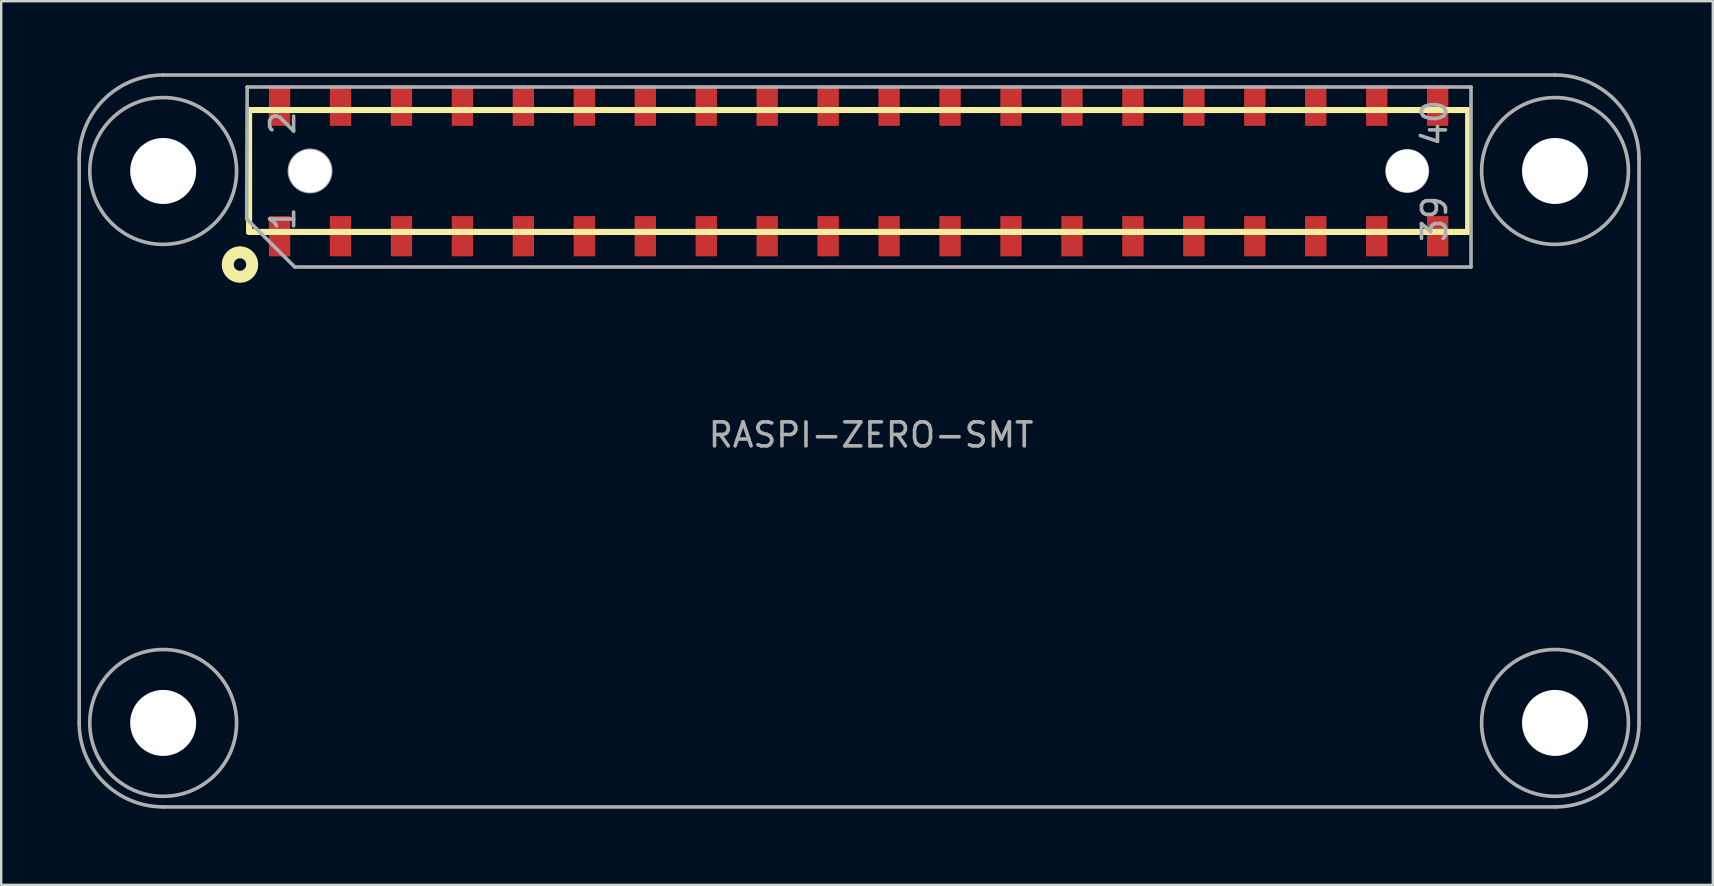
<source format=kicad_pcb>
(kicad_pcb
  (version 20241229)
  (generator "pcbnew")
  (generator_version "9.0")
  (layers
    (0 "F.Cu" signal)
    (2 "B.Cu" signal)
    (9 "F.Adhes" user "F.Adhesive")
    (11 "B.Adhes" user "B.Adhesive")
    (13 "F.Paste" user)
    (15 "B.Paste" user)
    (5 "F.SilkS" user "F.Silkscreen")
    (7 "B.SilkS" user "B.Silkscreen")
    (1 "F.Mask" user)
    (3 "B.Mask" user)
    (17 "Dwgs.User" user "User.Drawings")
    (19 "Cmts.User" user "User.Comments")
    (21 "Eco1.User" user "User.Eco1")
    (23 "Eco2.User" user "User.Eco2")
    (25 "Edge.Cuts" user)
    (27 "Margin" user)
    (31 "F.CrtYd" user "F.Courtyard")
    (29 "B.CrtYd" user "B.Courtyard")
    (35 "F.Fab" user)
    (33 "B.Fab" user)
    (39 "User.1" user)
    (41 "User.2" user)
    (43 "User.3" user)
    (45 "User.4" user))
  (footprint "RASPI-ZERO-SMT"
    (layer "F.Cu")
    (at 0.25 30.575)
    (property "Reference" "RASPI-ZERO-SMT" (at 33 -15.5 0) (layer "F.Fab") (effects (font (size 1 1) (thickness 0.15))))
    (attr smd)
    (fp_line (start 7.08 -29.04) (end 57.88 -29.04) (stroke (width 0.254) (type solid)) (layer "F.SilkS"))
    (fp_line (start 7.08 -23.96) (end 7.08 -29.04) (stroke (width 0.254) (type solid)) (layer "F.SilkS"))
    (fp_line (start 57.88 -29.04) (end 57.88 -23.96) (stroke (width 0.254) (type solid)) (layer "F.SilkS"))
    (fp_line (start 57.88 -23.96) (end 7.08 -23.96) (stroke (width 0.254) (type solid)) (layer "F.SilkS"))
    (fp_circle (center 6.7 -22.6) (end 6.8 -22.1) (stroke (width 0.5) (type solid)) (fill no) (layer "F.SilkS"))
    (fp_line (start 0 -27) (end 0 -3.5) (stroke (width 0.15) (type solid)) (layer "F.Fab"))
    (fp_line (start 3.5 0) (end 61.5 0) (stroke (width 0.15) (type solid)) (layer "F.Fab"))
    (fp_line (start 7 -30) (end 6.98 -24.5) (stroke (width 0.15) (type solid)) (layer "F.Fab"))
    (fp_line (start 8.98 -22.5) (end 6.98 -24.5) (stroke (width 0.15) (type solid)) (layer "F.Fab"))
    (fp_line (start 9 -22.5) (end 58 -22.5) (stroke (width 0.15) (type solid)) (layer "F.Fab"))
    (fp_line (start 58 -30) (end 7 -30) (stroke (width 0.15) (type solid)) (layer "F.Fab"))
    (fp_line (start 58 -22.5) (end 58 -30) (stroke (width 0.15) (type solid)) (layer "F.Fab"))
    (fp_line (start 61.5 -30.5) (end 3.5 -30.5) (stroke (width 0.15) (type solid)) (layer "F.Fab"))
    (fp_line (start 65 -3.5) (end 65 -27) (stroke (width 0.15) (type solid)) (layer "F.Fab"))
    (fp_arc (start 0 -27) (mid 1.025126 -29.474874) (end 3.5 -30.5) (stroke (width 0.15) (type solid)) (layer "F.Fab"))
    (fp_arc (start 3.5 0) (mid 1.025126 -1.025126) (end 0 -3.5) (stroke (width 0.15) (type solid)) (layer "F.Fab"))
    (fp_arc (start 61.5 -30.5) (mid 63.974874 -29.474874) (end 65 -27) (stroke (width 0.15) (type solid)) (layer "F.Fab"))
    (fp_arc (start 65 -3.5) (mid 63.974874 -1.025126) (end 61.5 0) (stroke (width 0.15) (type solid)) (layer "F.Fab"))
    (fp_circle (center 3.5 -26.5) (end 1.994 -23.838) (stroke (width 0.15) (type solid)) (fill no) (layer "F.Fab"))
    (fp_circle (center 3.5 -3.5) (end 1.994 -0.838) (stroke (width 0.15) (type solid)) (fill no) (layer "F.Fab"))
    (fp_circle (center 9.62 -26.5) (end 10.48 -26.5) (stroke (width 0.15) (type solid)) (fill no) (layer "F.Fab"))
    (fp_circle (center 55.34 -26.5) (end 56.18 -26.5) (stroke (width 0.15) (type solid)) (fill no) (layer "F.Fab"))
    (fp_circle (center 61.5 -26.5) (end 63.006 -29.162) (stroke (width 0.15) (type solid)) (fill no) (layer "F.Fab"))
    (fp_circle (center 61.5 -3.5) (end 59.994 -0.838) (stroke (width 0.15) (type solid)) (fill no) (layer "F.Fab"))
    (fp_text user "1" (at 8.48 -24.5 90) (layer "F.Fab") (effects (font (size 1 1) (thickness 0.15))))
    (fp_text user "2" (at 8.48 -28.5 90) (layer "F.Fab") (effects (font (size 1 1) (thickness 0.15))))
    (fp_text user "40" (at 56.48 -28.5 90) (layer "F.Fab") (effects (font (size 1 1) (thickness 0.15))))
    (fp_text user "39" (at 56.48 -24.5 90) (layer "F.Fab") (effects (font (size 1 1) (thickness 0.15))))
    (pad "" np_thru_hole circle (at 3.5 -26.5) (size 2.75 2.75) (drill 2.75) (layers "*.Cu" "*.Mask"))
    (pad "" np_thru_hole circle (at 3.5 -3.5) (size 2.75 2.75) (drill 2.75) (layers "*.Cu" "*.Mask"))
    (pad "" np_thru_hole circle (at 9.62 -26.5) (size 1.778 1.778) (drill 1.778) (layers "*.Cu" "*.Mask" "F.SilkS"))
    (pad "" np_thru_hole circle (at 55.34 -26.5) (size 1.778 1.778) (drill 1.778) (layers "*.Cu" "*.Mask" "F.SilkS"))
    (pad "" np_thru_hole circle (at 61.5 -26.5 180) (size 2.75 2.75) (drill 2.75) (layers "*.Cu" "*.Mask"))
    (pad "" np_thru_hole circle (at 61.5 -3.5 180) (size 2.75 2.75) (drill 2.75) (layers "*.Cu" "*.Mask"))
    (pad "1" smd rect (at 8.35 -23.782 180) (size 0.889 1.676) (layers "F.Cu" "F.Mask" "F.Paste"))
    (pad "2" smd rect (at 8.35 -29.218 180) (size 0.889 1.676) (layers "F.Cu" "F.Mask" "F.Paste"))
    (pad "3" smd rect (at 10.89 -23.782 180) (size 0.889 1.676) (layers "F.Cu" "F.Mask" "F.Paste"))
    (pad "4" smd rect (at 10.89 -29.218 180) (size 0.889 1.676) (layers "F.Cu" "F.Mask" "F.Paste"))
    (pad "5" smd rect (at 13.43 -23.782 180) (size 0.889 1.676) (layers "F.Cu" "F.Mask" "F.Paste"))
    (pad "6" smd rect (at 13.43 -29.218 180) (size 0.889 1.676) (layers "F.Cu" "F.Mask" "F.Paste"))
    (pad "7" smd rect (at 15.97 -23.782 180) (size 0.889 1.676) (layers "F.Cu" "F.Mask" "F.Paste"))
    (pad "8" smd rect (at 15.97 -29.218 180) (size 0.889 1.676) (layers "F.Cu" "F.Mask" "F.Paste"))
    (pad "9" smd rect (at 18.51 -23.782 180) (size 0.889 1.676) (layers "F.Cu" "F.Mask" "F.Paste"))
    (pad "10" smd rect (at 18.51 -29.218 180) (size 0.889 1.676) (layers "F.Cu" "F.Mask" "F.Paste"))
    (pad "11" smd rect (at 21.05 -23.782 180) (size 0.889 1.676) (layers "F.Cu" "F.Mask" "F.Paste"))
    (pad "12" smd rect (at 21.05 -29.218 180) (size 0.889 1.676) (layers "F.Cu" "F.Mask" "F.Paste"))
    (pad "13" smd rect (at 23.59 -23.782 180) (size 0.889 1.676) (layers "F.Cu" "F.Mask" "F.Paste"))
    (pad "14" smd rect (at 23.59 -29.218 180) (size 0.889 1.676) (layers "F.Cu" "F.Mask" "F.Paste"))
    (pad "15" smd rect (at 26.13 -23.782 180) (size 0.889 1.676) (layers "F.Cu" "F.Mask" "F.Paste"))
    (pad "16" smd rect (at 26.13 -29.218 180) (size 0.889 1.676) (layers "F.Cu" "F.Mask" "F.Paste"))
    (pad "17" smd rect (at 28.67 -23.782 180) (size 0.889 1.676) (layers "F.Cu" "F.Mask" "F.Paste"))
    (pad "18" smd rect (at 28.67 -29.218 180) (size 0.889 1.676) (layers "F.Cu" "F.Mask" "F.Paste"))
    (pad "19" smd rect (at 31.21 -23.782 180) (size 0.889 1.676) (layers "F.Cu" "F.Mask" "F.Paste"))
    (pad "20" smd rect (at 31.21 -29.218 180) (size 0.889 1.676) (layers "F.Cu" "F.Mask" "F.Paste"))
    (pad "21" smd rect (at 33.75 -23.782 180) (size 0.889 1.676) (layers "F.Cu" "F.Mask" "F.Paste"))
    (pad "22" smd rect (at 33.75 -29.218 180) (size 0.889 1.676) (layers "F.Cu" "F.Mask" "F.Paste"))
    (pad "23" smd rect (at 36.29 -23.782 180) (size 0.889 1.676) (layers "F.Cu" "F.Mask" "F.Paste"))
    (pad "24" smd rect (at 36.29 -29.218 180) (size 0.889 1.676) (layers "F.Cu" "F.Mask" "F.Paste"))
    (pad "25" smd rect (at 38.83 -23.782 180) (size 0.889 1.676) (layers "F.Cu" "F.Mask" "F.Paste"))
    (pad "26" smd rect (at 38.83 -29.218 180) (size 0.889 1.676) (layers "F.Cu" "F.Mask" "F.Paste"))
    (pad "27" smd rect (at 41.37 -23.782 180) (size 0.889 1.676) (layers "F.Cu" "F.Mask" "F.Paste"))
    (pad "28" smd rect (at 41.37 -29.218 180) (size 0.889 1.676) (layers "F.Cu" "F.Mask" "F.Paste"))
    (pad "29" smd rect (at 43.91 -23.782 180) (size 0.889 1.676) (layers "F.Cu" "F.Mask" "F.Paste"))
    (pad "30" smd rect (at 43.91 -29.218 180) (size 0.889 1.676) (layers "F.Cu" "F.Mask" "F.Paste"))
    (pad "31" smd rect (at 46.45 -23.782 180) (size 0.889 1.676) (layers "F.Cu" "F.Mask" "F.Paste"))
    (pad "32" smd rect (at 46.45 -29.218 180) (size 0.889 1.676) (layers "F.Cu" "F.Mask" "F.Paste"))
    (pad "33" smd rect (at 48.99 -23.782 180) (size 0.889 1.676) (layers "F.Cu" "F.Mask" "F.Paste"))
    (pad "34" smd rect (at 48.99 -29.218 180) (size 0.889 1.676) (layers "F.Cu" "F.Mask" "F.Paste"))
    (pad "35" smd rect (at 51.53 -23.782 180) (size 0.889 1.676) (layers "F.Cu" "F.Mask" "F.Paste"))
    (pad "36" smd rect (at 51.53 -29.218 180) (size 0.889 1.676) (layers "F.Cu" "F.Mask" "F.Paste"))
    (pad "37" smd rect (at 54.07 -23.782 180) (size 0.889 1.676) (layers "F.Cu" "F.Mask" "F.Paste"))
    (pad "38" smd rect (at 54.07 -29.218 180) (size 0.889 1.676) (layers "F.Cu" "F.Mask" "F.Paste"))
    (pad "39" smd rect (at 56.61 -23.782 180) (size 0.889 1.676) (layers "F.Cu" "F.Mask" "F.Paste"))
    (pad "40" smd rect (at 56.61 -29.218 180) (size 0.889 1.676) (layers "F.Cu" "F.Mask" "F.Paste")))
  (gr_rect
    (start -3 -3)
    (end 68.325 33.825)
    (stroke (width 0.1) (type default))
    (fill no)
    (layer "Edge.Cuts")))
</source>
